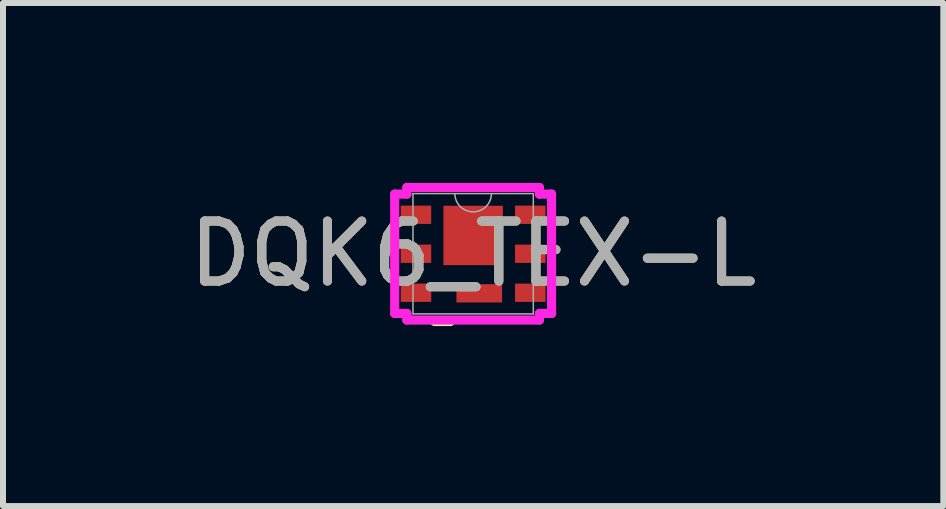
<source format=kicad_pcb>
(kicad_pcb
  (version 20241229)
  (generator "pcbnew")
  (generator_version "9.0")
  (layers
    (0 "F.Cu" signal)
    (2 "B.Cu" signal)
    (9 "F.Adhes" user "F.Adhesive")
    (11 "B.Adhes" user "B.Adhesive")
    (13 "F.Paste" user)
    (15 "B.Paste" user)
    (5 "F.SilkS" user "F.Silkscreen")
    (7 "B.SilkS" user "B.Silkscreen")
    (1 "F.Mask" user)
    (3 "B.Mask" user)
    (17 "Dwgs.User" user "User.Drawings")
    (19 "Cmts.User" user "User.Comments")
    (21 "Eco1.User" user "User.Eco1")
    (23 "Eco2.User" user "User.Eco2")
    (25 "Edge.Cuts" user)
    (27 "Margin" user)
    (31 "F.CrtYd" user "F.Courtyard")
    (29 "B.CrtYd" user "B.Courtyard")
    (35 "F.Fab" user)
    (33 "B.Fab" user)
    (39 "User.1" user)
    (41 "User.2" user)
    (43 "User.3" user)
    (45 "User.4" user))
  (footprint "DQK6_TEX-L"
    (layer "F.Cu")
    (at 4.839 1.181)
    (property "Reference" "DQK6_TEX-L" (at 0 0 0) (unlocked yes) (layer "F.SilkS") (effects (font (size 1 1) (thickness 0.15))))
    (attr smd)
    (fp_line (start -0.642 1.13) (end -0.379 1.13) (stroke (width 0.152) (type solid)) (layer "F.SilkS"))
    (fp_line (start -1.308 -0.995) (end -1.105 -0.995) (stroke (width 0.152) (type solid)) (layer "F.CrtYd"))
    (fp_line (start -1.308 0.995) (end -1.308 -0.995) (stroke (width 0.152) (type solid)) (layer "F.CrtYd"))
    (fp_line (start -1.308 0.995) (end -1.105 0.995) (stroke (width 0.152) (type solid)) (layer "F.CrtYd"))
    (fp_line (start -1.105 -1.105) (end 1.105 -1.105) (stroke (width 0.152) (type solid)) (layer "F.CrtYd"))
    (fp_line (start -1.105 -0.995) (end -1.105 -1.105) (stroke (width 0.152) (type solid)) (layer "F.CrtYd"))
    (fp_line (start -1.105 1.105) (end -1.105 0.995) (stroke (width 0.152) (type solid)) (layer "F.CrtYd"))
    (fp_line (start 1.105 -1.105) (end 1.105 -0.995) (stroke (width 0.152) (type solid)) (layer "F.CrtYd"))
    (fp_line (start 1.105 0.995) (end 1.105 1.105) (stroke (width 0.152) (type solid)) (layer "F.CrtYd"))
    (fp_line (start 1.105 1.105) (end -1.105 1.105) (stroke (width 0.152) (type solid)) (layer "F.CrtYd"))
    (fp_line (start 1.308 -0.995) (end 1.105 -0.995) (stroke (width 0.152) (type solid)) (layer "F.CrtYd"))
    (fp_line (start 1.308 -0.995) (end 1.308 0.995) (stroke (width 0.152) (type solid)) (layer "F.CrtYd"))
    (fp_line (start 1.308 0.995) (end 1.105 0.995) (stroke (width 0.152) (type solid)) (layer "F.CrtYd"))
    (fp_line (start -1.003 -1.003) (end -1.003 1.003) (stroke (width 0.025) (type solid)) (layer "F.Fab"))
    (fp_line (start -1.003 1.003) (end 1.003 1.003) (stroke (width 0.025) (type solid)) (layer "F.Fab"))
    (fp_line (start 1.003 -1.003) (end -1.003 -1.003) (stroke (width 0.025) (type solid)) (layer "F.Fab"))
    (fp_line (start 1.003 1.003) (end 1.003 -1.003) (stroke (width 0.025) (type solid)) (layer "F.Fab"))
    (fp_arc (start 0.3048 -1.0033) (mid 0 -0.6985) (end -0.3048 -1.0033) (stroke (width 0.0254) (type solid)) (layer "F.Fab"))
    (fp_text user "${REFERENCE}" (at 0 0 0) (unlocked yes) (layer "F.Fab") (effects (font (size 1 1) (thickness 0.15))))
    (pad "1" smd rect (at -0.953 -0.65) (size 0.508 0.305) (layers "F.Cu" "F.Mask" "F.Paste"))
    (pad "2" smd rect (at -0.953 0) (size 0.508 0.305) (layers "F.Cu" "F.Mask" "F.Paste"))
    (pad "3" smd rect (at -0.953 0.65) (size 0.508 0.305) (layers "F.Cu" "F.Mask" "F.Paste"))
    (pad "4" smd rect (at 0.953 0.65) (size 0.508 0.305) (layers "F.Cu" "F.Mask" "F.Paste"))
    (pad "5" smd rect (at 0.953 0) (size 0.508 0.305) (layers "F.Cu" "F.Mask" "F.Paste"))
    (pad "6" smd rect (at 0.953 -0.65) (size 0.508 0.305) (layers "F.Cu" "F.Mask" "F.Paste"))
    (pad "7" smd rect (at 0 -0.305) (size 0.991 0.991) (layers "F.Cu" "F.Mask" "F.Paste"))
    (pad "8" smd rect (at 0.102 0.66) (size 0.762 0.305) (layers "F.Cu" "F.Mask")))
  (gr_rect
    (start -3 -3)
    (end 12.679 5.388)
    (stroke (width 0.1) (type default))
    (fill no)
    (layer "Edge.Cuts")))
</source>
